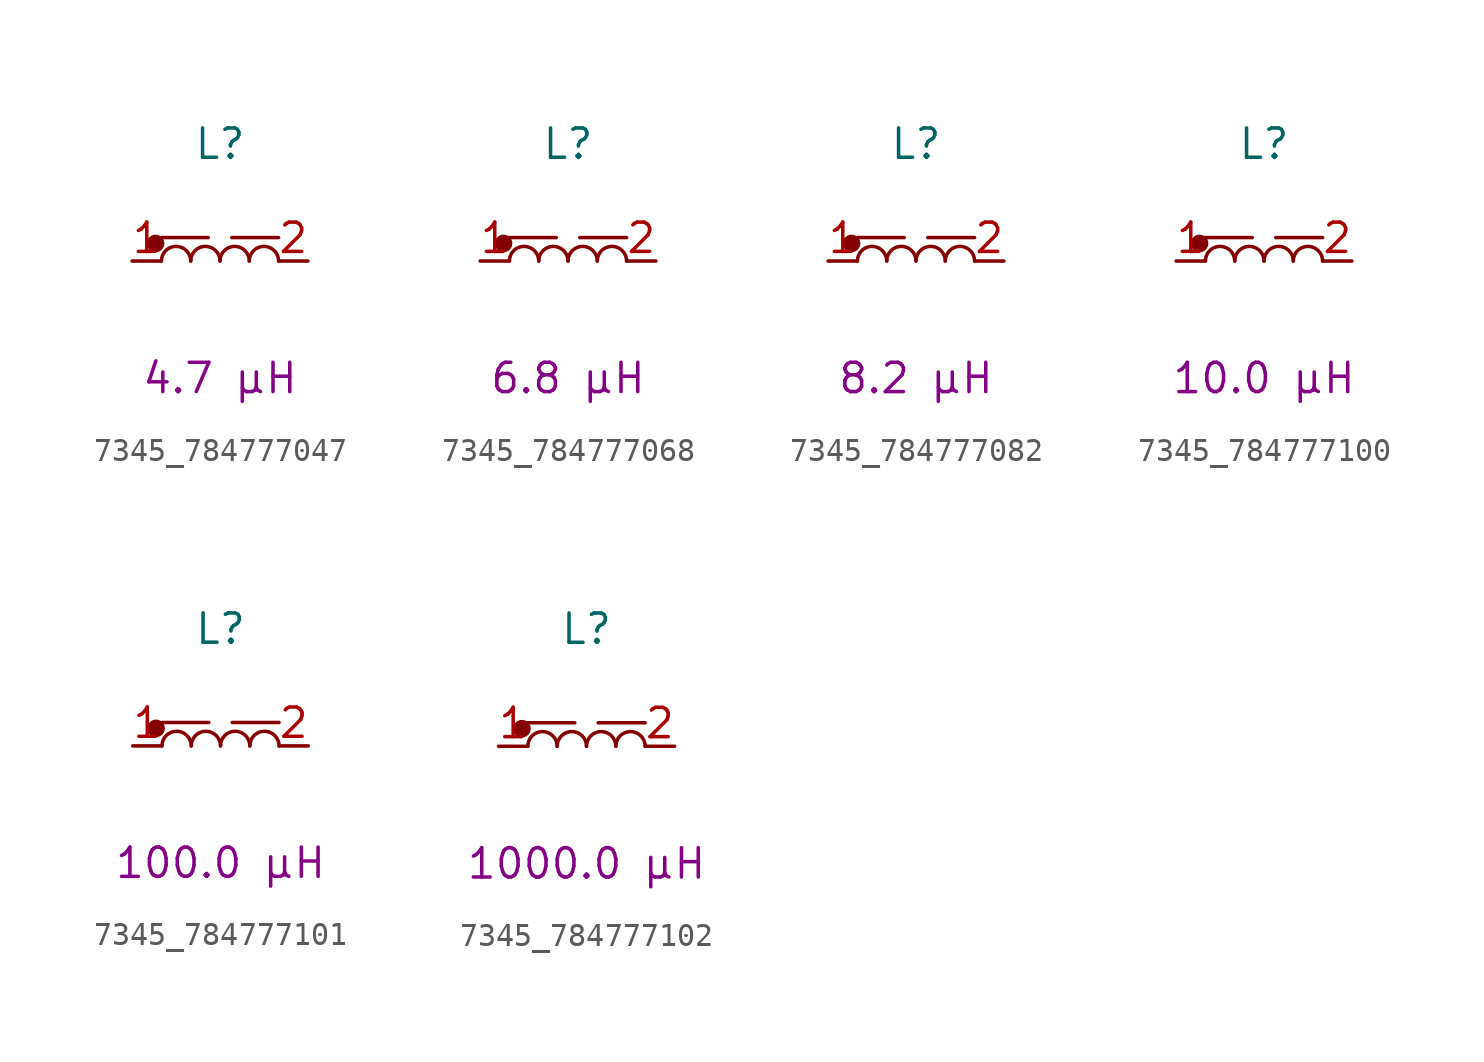
<source format=kicad_sym>
(kicad_symbol_lib
  (version 20220914)
  (generator kicad_symbol_editor)
  (symbol "7345_784777047"
    (pin_names hide)
    (property "Reference" "L"
      (at 0 5.08 0)
      (effects (font (size 1.27 1.27))))
    (property "Critical Parameter" "4.7 µH"
      (at 0 -5.08 0)
      (effects (font (size 1.27 1.27))))
    (symbol "7345_784777047_0_1"
      (arc (start -1.27 0) (mid -1.905 0.6323) (end -2.54 0) (stroke (width 0) (type default)) (fill (type none)))
      (arc (start 0 0) (mid -0.635 0.6323) (end -1.27 0) (stroke (width 0) (type default)) (fill (type none)))
      (polyline (pts (xy -2.54 1.016) (xy -0.508 1.016)) (stroke (width 0) (type default)) (fill (type none)))
      (arc (start 1.27 0) (mid 0.635 0.6323) (end 0 0) (stroke (width 0) (type default)) (fill (type none)))
      (arc (start 2.54 0) (mid 1.905 0.6323) (end 1.27 0) (stroke (width 0) (type default)) (fill (type none))))
    (symbol "7345_784777047_1_1"
      (circle (center -2.794 0.762) (radius 0.0001) (stroke (width 0.381) (type default)) (fill (type none)))
      (polyline (pts (xy 2.54 1.016) (xy 0.508 1.016)) (stroke (width 0) (type default)) (fill (type none)))
      (pin passive line (at -3.81 0 0) (length 1.27) (name "1" (effects (font (size 1.27 1.27)))) (number "1" (effects (font (size 1.27 1.27)))))
      (pin passive line (at 3.81 0 180) (length 1.27) (name "2" (effects (font (size 1.27 1.27)))) (number "2" (effects (font (size 1.27 1.27)))))))
  (symbol "7345_784777068"
    (pin_names hide)
    (property "Reference" "L"
      (at 0 5.08 0)
      (effects (font (size 1.27 1.27))))
    (property "Critical Parameter" "6.8 µH"
      (at 0 -5.08 0)
      (effects (font (size 1.27 1.27))))
    (symbol "7345_784777068_0_1"
      (arc (start -1.27 0) (mid -1.905 0.6323) (end -2.54 0) (stroke (width 0) (type default)) (fill (type none)))
      (arc (start 0 0) (mid -0.635 0.6323) (end -1.27 0) (stroke (width 0) (type default)) (fill (type none)))
      (polyline (pts (xy -2.54 1.016) (xy -0.508 1.016)) (stroke (width 0) (type default)) (fill (type none)))
      (arc (start 1.27 0) (mid 0.635 0.6323) (end 0 0) (stroke (width 0) (type default)) (fill (type none)))
      (arc (start 2.54 0) (mid 1.905 0.6323) (end 1.27 0) (stroke (width 0) (type default)) (fill (type none))))
    (symbol "7345_784777068_1_1"
      (circle (center -2.794 0.762) (radius 0.0001) (stroke (width 0.381) (type default)) (fill (type none)))
      (polyline (pts (xy 2.54 1.016) (xy 0.508 1.016)) (stroke (width 0) (type default)) (fill (type none)))
      (pin passive line (at -3.81 0 0) (length 1.27) (name "1" (effects (font (size 1.27 1.27)))) (number "1" (effects (font (size 1.27 1.27)))))
      (pin passive line (at 3.81 0 180) (length 1.27) (name "2" (effects (font (size 1.27 1.27)))) (number "2" (effects (font (size 1.27 1.27)))))))
  (symbol "7345_784777082"
    (pin_names hide)
    (property "Reference" "L"
      (at 0 5.08 0)
      (effects (font (size 1.27 1.27))))
    (property "Critical Parameter" "8.2 µH"
      (at 0 -5.08 0)
      (effects (font (size 1.27 1.27))))
    (symbol "7345_784777082_0_1"
      (arc (start -1.27 0) (mid -1.905 0.6323) (end -2.54 0) (stroke (width 0) (type default)) (fill (type none)))
      (arc (start 0 0) (mid -0.635 0.6323) (end -1.27 0) (stroke (width 0) (type default)) (fill (type none)))
      (polyline (pts (xy -2.54 1.016) (xy -0.508 1.016)) (stroke (width 0) (type default)) (fill (type none)))
      (arc (start 1.27 0) (mid 0.635 0.6323) (end 0 0) (stroke (width 0) (type default)) (fill (type none)))
      (arc (start 2.54 0) (mid 1.905 0.6323) (end 1.27 0) (stroke (width 0) (type default)) (fill (type none))))
    (symbol "7345_784777082_1_1"
      (circle (center -2.794 0.762) (radius 0.0001) (stroke (width 0.381) (type default)) (fill (type none)))
      (polyline (pts (xy 2.54 1.016) (xy 0.508 1.016)) (stroke (width 0) (type default)) (fill (type none)))
      (pin passive line (at -3.81 0 0) (length 1.27) (name "1" (effects (font (size 1.27 1.27)))) (number "1" (effects (font (size 1.27 1.27)))))
      (pin passive line (at 3.81 0 180) (length 1.27) (name "2" (effects (font (size 1.27 1.27)))) (number "2" (effects (font (size 1.27 1.27)))))))
  (symbol "7345_784777100"
    (pin_names hide)
    (property "Reference" "L"
      (at 0 5.08 0)
      (effects (font (size 1.27 1.27))))
    (property "Critical Parameter" "10.0 µH"
      (at 0 -5.08 0)
      (effects (font (size 1.27 1.27))))
    (symbol "7345_784777100_0_1"
      (arc (start -1.27 0) (mid -1.905 0.6323) (end -2.54 0) (stroke (width 0) (type default)) (fill (type none)))
      (arc (start 0 0) (mid -0.635 0.6323) (end -1.27 0) (stroke (width 0) (type default)) (fill (type none)))
      (polyline (pts (xy -2.54 1.016) (xy -0.508 1.016)) (stroke (width 0) (type default)) (fill (type none)))
      (arc (start 1.27 0) (mid 0.635 0.6323) (end 0 0) (stroke (width 0) (type default)) (fill (type none)))
      (arc (start 2.54 0) (mid 1.905 0.6323) (end 1.27 0) (stroke (width 0) (type default)) (fill (type none))))
    (symbol "7345_784777100_1_1"
      (circle (center -2.794 0.762) (radius 0.0001) (stroke (width 0.381) (type default)) (fill (type none)))
      (polyline (pts (xy 2.54 1.016) (xy 0.508 1.016)) (stroke (width 0) (type default)) (fill (type none)))
      (pin passive line (at -3.81 0 0) (length 1.27) (name "1" (effects (font (size 1.27 1.27)))) (number "1" (effects (font (size 1.27 1.27)))))
      (pin passive line (at 3.81 0 180) (length 1.27) (name "2" (effects (font (size 1.27 1.27)))) (number "2" (effects (font (size 1.27 1.27)))))))
  (symbol "7345_784777101"
    (pin_names hide)
    (property "Reference" "L"
      (at 0 5.08 0)
      (effects (font (size 1.27 1.27))))
    (property "Critical Parameter" "100.0 µH"
      (at 0 -5.08 0)
      (effects (font (size 1.27 1.27))))
    (symbol "7345_784777101_0_1"
      (arc (start -1.27 0) (mid -1.905 0.6323) (end -2.54 0) (stroke (width 0) (type default)) (fill (type none)))
      (arc (start 0 0) (mid -0.635 0.6323) (end -1.27 0) (stroke (width 0) (type default)) (fill (type none)))
      (polyline (pts (xy -2.54 1.016) (xy -0.508 1.016)) (stroke (width 0) (type default)) (fill (type none)))
      (arc (start 1.27 0) (mid 0.635 0.6323) (end 0 0) (stroke (width 0) (type default)) (fill (type none)))
      (arc (start 2.54 0) (mid 1.905 0.6323) (end 1.27 0) (stroke (width 0) (type default)) (fill (type none))))
    (symbol "7345_784777101_1_1"
      (circle (center -2.794 0.762) (radius 0.0001) (stroke (width 0.381) (type default)) (fill (type none)))
      (polyline (pts (xy 2.54 1.016) (xy 0.508 1.016)) (stroke (width 0) (type default)) (fill (type none)))
      (pin passive line (at -3.81 0 0) (length 1.27) (name "1" (effects (font (size 1.27 1.27)))) (number "1" (effects (font (size 1.27 1.27)))))
      (pin passive line (at 3.81 0 180) (length 1.27) (name "2" (effects (font (size 1.27 1.27)))) (number "2" (effects (font (size 1.27 1.27)))))))
  (symbol "7345_784777102"
    (pin_names hide)
    (property "Reference" "L"
      (at 0 5.08 0)
      (effects (font (size 1.27 1.27))))
    (property "Critical Parameter" "1000.0 µH"
      (at 0 -5.08 0)
      (effects (font (size 1.27 1.27))))
    (symbol "7345_784777102_0_1"
      (arc (start -1.27 0) (mid -1.905 0.6323) (end -2.54 0) (stroke (width 0) (type default)) (fill (type none)))
      (arc (start 0 0) (mid -0.635 0.6323) (end -1.27 0) (stroke (width 0) (type default)) (fill (type none)))
      (polyline (pts (xy -2.54 1.016) (xy -0.508 1.016)) (stroke (width 0) (type default)) (fill (type none)))
      (arc (start 1.27 0) (mid 0.635 0.6323) (end 0 0) (stroke (width 0) (type default)) (fill (type none)))
      (arc (start 2.54 0) (mid 1.905 0.6323) (end 1.27 0) (stroke (width 0) (type default)) (fill (type none))))
    (symbol "7345_784777102_1_1"
      (circle (center -2.794 0.762) (radius 0.0001) (stroke (width 0.381) (type default)) (fill (type none)))
      (polyline (pts (xy 2.54 1.016) (xy 0.508 1.016)) (stroke (width 0) (type default)) (fill (type none)))
      (pin passive line (at -3.81 0 0) (length 1.27) (name "1" (effects (font (size 1.27 1.27)))) (number "1" (effects (font (size 1.27 1.27)))))
      (pin passive line (at 3.81 0 180) (length 1.27) (name "2" (effects (font (size 1.27 1.27)))) (number "2" (effects (font (size 1.27 1.27))))))))
</source>
